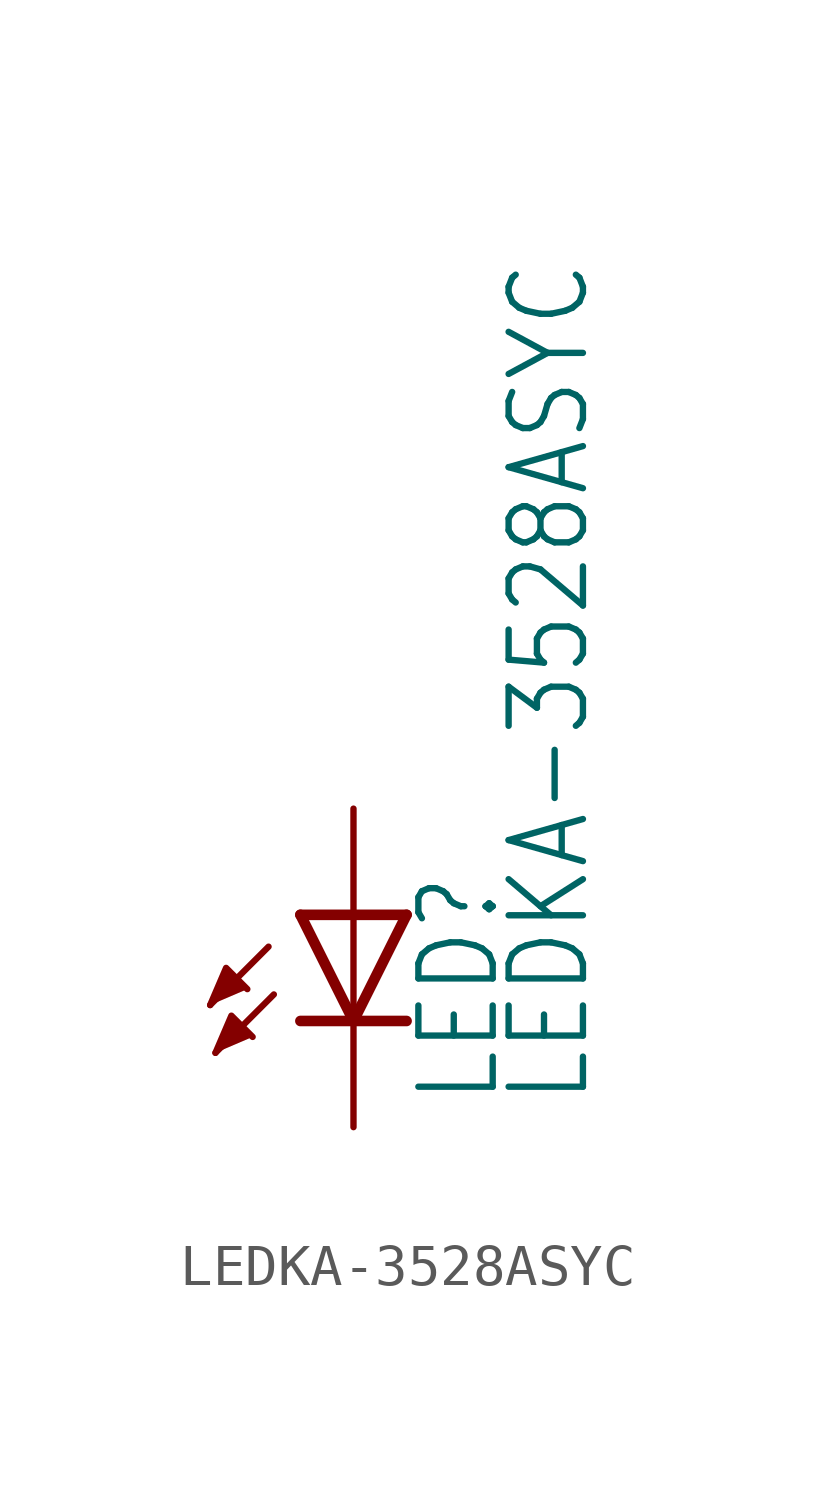
<source format=kicad_sym>
(kicad_symbol_lib
  (version 20211014)
  (generator kicad_symbol_editor)
  (symbol "LEDKA-3528ASYC"
    (property "Reference" "LED"
      (at 3.556 -4.572 90)
      (effects (font (size 1.778 1.511)) (justify left bottom)))
    (property "Value" "LEDKA-3528ASYC"
      (at 5.715 -4.572 90)
      (effects (font (size 1.778 1.511)) (justify left bottom)))
    (property "ki_locked" ""
      (at 0 0 0)
      (effects (font (size 1.27 1.27))))
    (symbol "LEDKA-3528ASYC_1_0"
      (polyline (pts (xy -2.032 -0.762) (xy -3.429 -2.159)) (stroke (width 0.152) (type default) (color 0 0 0 0)) (fill (type none)))
      (polyline (pts (xy -1.905 -1.905) (xy -3.302 -3.302)) (stroke (width 0.152) (type default) (color 0 0 0 0)) (fill (type none)))
      (polyline (pts (xy 0 -2.54) (xy -1.27 -2.54)) (stroke (width 0.254) (type default) (color 0 0 0 0)) (fill (type none)))
      (polyline (pts (xy 0 -2.54) (xy -1.27 0)) (stroke (width 0.254) (type default) (color 0 0 0 0)) (fill (type none)))
      (polyline (pts (xy 0 0) (xy -1.27 0)) (stroke (width 0.254) (type default) (color 0 0 0 0)) (fill (type none)))
      (polyline (pts (xy 0 0) (xy 0 -2.54)) (stroke (width 0.152) (type default) (color 0 0 0 0)) (fill (type none)))
      (polyline (pts (xy 1.27 -2.54) (xy 0 -2.54)) (stroke (width 0.254) (type default) (color 0 0 0 0)) (fill (type none)))
      (polyline (pts (xy 1.27 0) (xy 0 -2.54)) (stroke (width 0.254) (type default) (color 0 0 0 0)) (fill (type none)))
      (polyline (pts (xy 1.27 0) (xy 0 0)) (stroke (width 0.254) (type default) (color 0 0 0 0)) (fill (type none)))
      (polyline (pts (xy -3.429 -2.159) (xy -3.048 -1.27) (xy -2.54 -1.778)) (stroke (width 0) (type default) (color 0 0 0 0)) (fill (type outline)))
      (polyline (pts (xy -3.302 -3.302) (xy -2.921 -2.413) (xy -2.413 -2.921)) (stroke (width 0) (type default) (color 0 0 0 0)) (fill (type outline)))
      (pin passive line (at 0 2.54 270) (length 2.54) (name "A" (effects (font (size 0 0)))) (number "A" (effects (font (size 0 0)))))
      (pin passive line (at 0 -5.08 90) (length 2.54) (name "C" (effects (font (size 0 0)))) (number "C" (effects (font (size 0 0))))))))
</source>
